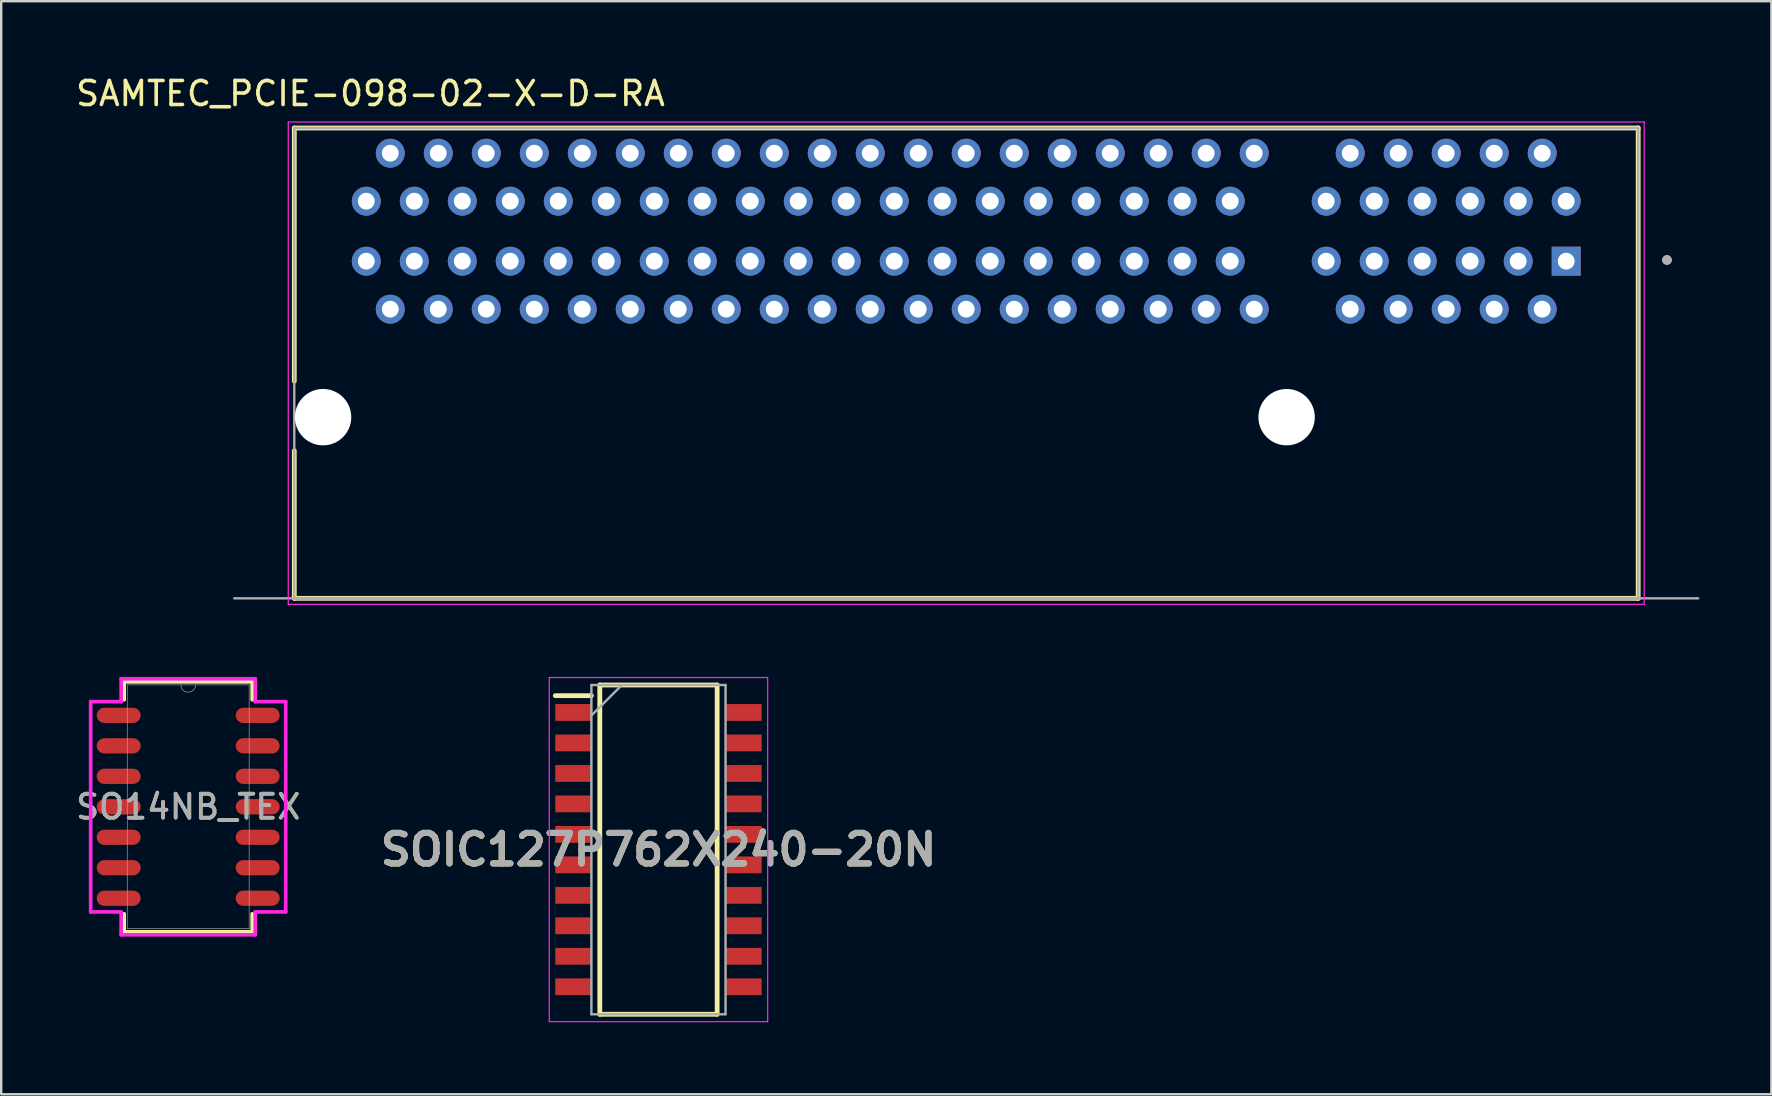
<source format=kicad_pcb>
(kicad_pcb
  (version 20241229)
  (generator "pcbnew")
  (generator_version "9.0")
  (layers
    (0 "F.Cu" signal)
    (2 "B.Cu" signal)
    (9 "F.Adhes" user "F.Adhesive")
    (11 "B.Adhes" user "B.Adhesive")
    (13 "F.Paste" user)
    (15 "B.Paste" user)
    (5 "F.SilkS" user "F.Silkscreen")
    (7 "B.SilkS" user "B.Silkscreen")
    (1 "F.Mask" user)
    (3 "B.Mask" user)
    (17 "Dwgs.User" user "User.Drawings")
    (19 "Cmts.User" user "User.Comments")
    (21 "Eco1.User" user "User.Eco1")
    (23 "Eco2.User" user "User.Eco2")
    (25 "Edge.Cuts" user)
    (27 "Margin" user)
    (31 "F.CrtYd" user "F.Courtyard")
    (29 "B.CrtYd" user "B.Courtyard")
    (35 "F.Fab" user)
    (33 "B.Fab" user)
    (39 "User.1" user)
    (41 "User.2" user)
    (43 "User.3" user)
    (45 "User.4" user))
  (footprint "SOIC127P762X240-20N"
    (layer "F.Cu")
    (at 24.388 32.353)
    (property "Reference" "SOIC127P762X240-20N" (at 0 0 0) (layer "F.SilkS") (effects (font (size 1.27 1.27) (thickness 0.254))))
    (attr smd)
    (fp_line (start -4.3 -6.415) (end -2.795 -6.415) (stroke (width 0.2) (type solid)) (layer "F.SilkS"))
    (fp_line (start -2.445 -6.86) (end 2.445 -6.86) (stroke (width 0.2) (type solid)) (layer "F.SilkS"))
    (fp_line (start -2.445 6.86) (end -2.445 -6.86) (stroke (width 0.2) (type solid)) (layer "F.SilkS"))
    (fp_line (start 2.445 -6.86) (end 2.445 6.86) (stroke (width 0.2) (type solid)) (layer "F.SilkS"))
    (fp_line (start 2.445 6.86) (end -2.445 6.86) (stroke (width 0.2) (type solid)) (layer "F.SilkS"))
    (fp_line (start -4.55 -7.17) (end 4.55 -7.17) (stroke (width 0.05) (type solid)) (layer "F.CrtYd"))
    (fp_line (start -4.55 7.17) (end -4.55 -7.17) (stroke (width 0.05) (type solid)) (layer "F.CrtYd"))
    (fp_line (start 4.55 -7.17) (end 4.55 7.17) (stroke (width 0.05) (type solid)) (layer "F.CrtYd"))
    (fp_line (start 4.55 7.17) (end -4.55 7.17) (stroke (width 0.05) (type solid)) (layer "F.CrtYd"))
    (fp_line (start -2.795 -6.86) (end 2.795 -6.86) (stroke (width 0.1) (type solid)) (layer "F.Fab"))
    (fp_line (start -2.795 -5.59) (end -1.525 -6.86) (stroke (width 0.1) (type solid)) (layer "F.Fab"))
    (fp_line (start -2.795 6.86) (end -2.795 -6.86) (stroke (width 0.1) (type solid)) (layer "F.Fab"))
    (fp_line (start 2.795 -6.86) (end 2.795 6.86) (stroke (width 0.1) (type solid)) (layer "F.Fab"))
    (fp_line (start 2.795 6.86) (end -2.795 6.86) (stroke (width 0.1) (type solid)) (layer "F.Fab"))
    (fp_text user "${REFERENCE}" (at 0 0 0) (layer "F.Fab") (effects (font (size 1.27 1.27) (thickness 0.254))))
    (pad "1" smd rect (at -3.548 -5.715 90) (size 0.7 1.505) (layers "F.Cu" "F.Mask" "F.Paste"))
    (pad "2" smd rect (at -3.548 -4.445 90) (size 0.7 1.505) (layers "F.Cu" "F.Mask" "F.Paste"))
    (pad "3" smd rect (at -3.548 -3.175 90) (size 0.7 1.505) (layers "F.Cu" "F.Mask" "F.Paste"))
    (pad "4" smd rect (at -3.548 -1.905 90) (size 0.7 1.505) (layers "F.Cu" "F.Mask" "F.Paste"))
    (pad "5" smd rect (at -3.548 -0.635 90) (size 0.7 1.505) (layers "F.Cu" "F.Mask" "F.Paste"))
    (pad "6" smd rect (at -3.548 0.635 90) (size 0.7 1.505) (layers "F.Cu" "F.Mask" "F.Paste"))
    (pad "7" smd rect (at -3.548 1.905 90) (size 0.7 1.505) (layers "F.Cu" "F.Mask" "F.Paste"))
    (pad "8" smd rect (at -3.548 3.175 90) (size 0.7 1.505) (layers "F.Cu" "F.Mask" "F.Paste"))
    (pad "9" smd rect (at -3.548 4.445 90) (size 0.7 1.505) (layers "F.Cu" "F.Mask" "F.Paste"))
    (pad "10" smd rect (at -3.548 5.715 90) (size 0.7 1.505) (layers "F.Cu" "F.Mask" "F.Paste"))
    (pad "11" smd rect (at 3.548 5.715 90) (size 0.7 1.505) (layers "F.Cu" "F.Mask" "F.Paste"))
    (pad "12" smd rect (at 3.548 4.445 90) (size 0.7 1.505) (layers "F.Cu" "F.Mask" "F.Paste"))
    (pad "13" smd rect (at 3.548 3.175 90) (size 0.7 1.505) (layers "F.Cu" "F.Mask" "F.Paste"))
    (pad "14" smd rect (at 3.548 1.905 90) (size 0.7 1.505) (layers "F.Cu" "F.Mask" "F.Paste"))
    (pad "15" smd rect (at 3.548 0.635 90) (size 0.7 1.505) (layers "F.Cu" "F.Mask" "F.Paste"))
    (pad "16" smd rect (at 3.548 -0.635 90) (size 0.7 1.505) (layers "F.Cu" "F.Mask" "F.Paste"))
    (pad "17" smd rect (at 3.548 -1.905 90) (size 0.7 1.505) (layers "F.Cu" "F.Mask" "F.Paste"))
    (pad "18" smd rect (at 3.548 -3.175 90) (size 0.7 1.505) (layers "F.Cu" "F.Mask" "F.Paste"))
    (pad "19" smd rect (at 3.548 -4.445 90) (size 0.7 1.505) (layers "F.Cu" "F.Mask" "F.Paste"))
    (pad "20" smd rect (at 3.548 -5.715 90) (size 0.7 1.505) (layers "F.Cu" "F.Mask" "F.Paste")))
  (footprint "SO14NB_TEX"
    (layer "F.Cu")
    (at 4.792 30.568)
    (property "Reference" "SO14NB_TEX" (at 0 0 0) (unlocked yes) (layer "F.SilkS") (effects (font (size 1 1) (thickness 0.15))))
    (attr smd)
    (fp_line (start -2.667 -5.207) (end -2.667 -4.46) (stroke (width 0.152) (type solid)) (layer "F.SilkS"))
    (fp_line (start -2.667 4.46) (end -2.667 5.207) (stroke (width 0.152) (type solid)) (layer "F.SilkS"))
    (fp_line (start -2.667 5.207) (end 2.667 5.207) (stroke (width 0.152) (type solid)) (layer "F.SilkS"))
    (fp_line (start 2.667 -5.207) (end -2.667 -5.207) (stroke (width 0.152) (type solid)) (layer "F.SilkS"))
    (fp_line (start 2.667 -4.46) (end 2.667 -5.207) (stroke (width 0.152) (type solid)) (layer "F.SilkS"))
    (fp_line (start 2.667 5.207) (end 2.667 4.46) (stroke (width 0.152) (type solid)) (layer "F.SilkS"))
    (fp_line (start -4.064 -4.381) (end -2.794 -4.381) (stroke (width 0.152) (type solid)) (layer "F.CrtYd"))
    (fp_line (start -4.064 4.381) (end -4.064 -4.381) (stroke (width 0.152) (type solid)) (layer "F.CrtYd"))
    (fp_line (start -4.064 4.381) (end -2.794 4.381) (stroke (width 0.152) (type solid)) (layer "F.CrtYd"))
    (fp_line (start -2.794 -5.334) (end 2.794 -5.334) (stroke (width 0.152) (type solid)) (layer "F.CrtYd"))
    (fp_line (start -2.794 -4.381) (end -2.794 -5.334) (stroke (width 0.152) (type solid)) (layer "F.CrtYd"))
    (fp_line (start -2.794 5.334) (end -2.794 4.381) (stroke (width 0.152) (type solid)) (layer "F.CrtYd"))
    (fp_line (start 2.794 -5.334) (end 2.794 -4.381) (stroke (width 0.152) (type solid)) (layer "F.CrtYd"))
    (fp_line (start 2.794 4.381) (end 2.794 5.334) (stroke (width 0.152) (type solid)) (layer "F.CrtYd"))
    (fp_line (start 2.794 5.334) (end -2.794 5.334) (stroke (width 0.152) (type solid)) (layer "F.CrtYd"))
    (fp_line (start 4.064 -4.381) (end 2.794 -4.381) (stroke (width 0.152) (type solid)) (layer "F.CrtYd"))
    (fp_line (start 4.064 -4.381) (end 4.064 4.381) (stroke (width 0.152) (type solid)) (layer "F.CrtYd"))
    (fp_line (start 4.064 4.381) (end 2.794 4.381) (stroke (width 0.152) (type solid)) (layer "F.CrtYd"))
    (fp_line (start -2.54 -5.08) (end -2.54 5.08) (stroke (width 0.025) (type solid)) (layer "F.Fab"))
    (fp_line (start -2.54 5.08) (end 2.54 5.08) (stroke (width 0.025) (type solid)) (layer "F.Fab"))
    (fp_line (start 2.54 -5.08) (end -2.54 -5.08) (stroke (width 0.025) (type solid)) (layer "F.Fab"))
    (fp_line (start 2.54 5.08) (end 2.54 -5.08) (stroke (width 0.025) (type solid)) (layer "F.Fab"))
    (fp_arc (start 0.3048 -5.08) (mid 0 -4.7752) (end -0.3048 -5.08) (stroke (width 0.0254) (type solid)) (layer "F.Fab"))
    (fp_text user "${REFERENCE}" (at 0 0 0) (unlocked yes) (layer "F.Fab") (effects (font (size 1 1) (thickness 0.15))))
    (pad "1" smd oval (at -2.896 -3.81) (size 1.829 0.635) (layers "F.Cu" "F.Mask" "F.Paste"))
    (pad "2" smd oval (at -2.896 -2.54) (size 1.829 0.635) (layers "F.Cu" "F.Mask" "F.Paste"))
    (pad "3" smd oval (at -2.896 -1.27) (size 1.829 0.635) (layers "F.Cu" "F.Mask" "F.Paste"))
    (pad "4" smd oval (at -2.896 0) (size 1.829 0.635) (layers "F.Cu" "F.Mask" "F.Paste"))
    (pad "5" smd oval (at -2.896 1.27) (size 1.829 0.635) (layers "F.Cu" "F.Mask" "F.Paste"))
    (pad "6" smd oval (at -2.896 2.54) (size 1.829 0.635) (layers "F.Cu" "F.Mask" "F.Paste"))
    (pad "7" smd oval (at -2.896 3.81) (size 1.829 0.635) (layers "F.Cu" "F.Mask" "F.Paste"))
    (pad "8" smd oval (at 2.896 3.81) (size 1.829 0.635) (layers "F.Cu" "F.Mask" "F.Paste"))
    (pad "9" smd oval (at 2.896 2.54) (size 1.829 0.635) (layers "F.Cu" "F.Mask" "F.Paste"))
    (pad "10" smd oval (at 2.896 1.27) (size 1.829 0.635) (layers "F.Cu" "F.Mask" "F.Paste"))
    (pad "11" smd oval (at 2.896 0) (size 1.829 0.635) (layers "F.Cu" "F.Mask" "F.Paste"))
    (pad "12" smd oval (at 2.896 -1.27) (size 1.829 0.635) (layers "F.Cu" "F.Mask" "F.Paste"))
    (pad "13" smd oval (at 2.896 -2.54) (size 1.829 0.635) (layers "F.Cu" "F.Mask" "F.Paste"))
    (pad "14" smd oval (at 2.896 -3.81) (size 1.829 0.635) (layers "F.Cu" "F.Mask" "F.Paste")))
  (footprint "SAMTEC_PCIE-098-02-X-D-RA"
    (layer "F.Cu")
    (at 37.212 12.083)
    (property "Reference" "SAMTEC_PCIE-098-02-X-D-RA" (at -24.825 -11.235 0) (layer "F.SilkS") (effects (font (size 1 1) (thickness 0.15))))
    (attr through_hole)
    (fp_line (start -28 -9.8) (end 28 -9.8) (stroke (width 0.2) (type solid)) (layer "F.SilkS"))
    (fp_line (start -28 0.75) (end -28 -9.8) (stroke (width 0.2) (type solid)) (layer "F.SilkS"))
    (fp_line (start -28 9.8) (end -28 3.65) (stroke (width 0.2) (type solid)) (layer "F.SilkS"))
    (fp_line (start 28 -9.8) (end 28 9.8) (stroke (width 0.2) (type solid)) (layer "F.SilkS"))
    (fp_line (start 28 9.8) (end -28 9.8) (stroke (width 0.2) (type solid)) (layer "F.SilkS"))
    (fp_circle (center 29.2 -4.3) (end 29.3 -4.3) (stroke (width 0.2) (type solid)) (fill no) (layer "F.SilkS"))
    (fp_line (start -28.25 -10.05) (end 28.25 -10.05) (stroke (width 0.05) (type solid)) (layer "F.CrtYd"))
    (fp_line (start -28.25 10.05) (end -28.25 -10.05) (stroke (width 0.05) (type solid)) (layer "F.CrtYd"))
    (fp_line (start 28.25 -10.05) (end 28.25 10.05) (stroke (width 0.05) (type solid)) (layer "F.CrtYd"))
    (fp_line (start 28.25 10.05) (end -28.25 10.05) (stroke (width 0.05) (type solid)) (layer "F.CrtYd"))
    (fp_line (start -30.5 9.8) (end 30.5 9.8) (stroke (width 0.1) (type solid)) (layer "F.Fab"))
    (fp_line (start -28 -9.8) (end 28 -9.8) (stroke (width 0.1) (type solid)) (layer "F.Fab"))
    (fp_line (start -28 9.8) (end -28 -9.8) (stroke (width 0.1) (type solid)) (layer "F.Fab"))
    (fp_line (start 28 -9.8) (end 28 9.8) (stroke (width 0.1) (type solid)) (layer "F.Fab"))
    (fp_line (start 28 9.8) (end -28 9.8) (stroke (width 0.127) (type solid)) (layer "F.Fab"))
    (fp_circle (center 29.2 -4.3) (end 29.3 -4.3) (stroke (width 0.2) (type solid)) (fill no) (layer "F.Fab"))
    (pad "" np_thru_hole circle (at -26.8 2.25) (size 2.35 2.35) (drill 2.35) (layers "*.Cu" "*.Mask"))
    (pad "" np_thru_hole circle (at 13.35 2.25) (size 2.35 2.35) (drill 2.35) (layers "*.Cu" "*.Mask"))
    (pad "A01" thru_hole rect (at 25 -4.25) (size 1.208 1.208) (drill 0.7) (layers "*.Cu" "*.Mask"))
    (pad "A02" thru_hole circle (at 24 -2.25) (size 1.208 1.208) (drill 0.7) (layers "*.Cu" "*.Mask"))
    (pad "A03" thru_hole circle (at 23 -4.25) (size 1.208 1.208) (drill 0.7) (layers "*.Cu" "*.Mask"))
    (pad "A04" thru_hole circle (at 22 -2.25) (size 1.208 1.208) (drill 0.7) (layers "*.Cu" "*.Mask"))
    (pad "A05" thru_hole circle (at 21 -4.25) (size 1.208 1.208) (drill 0.7) (layers "*.Cu" "*.Mask"))
    (pad "A06" thru_hole circle (at 20 -2.25) (size 1.208 1.208) (drill 0.7) (layers "*.Cu" "*.Mask"))
    (pad "A07" thru_hole circle (at 19 -4.25) (size 1.208 1.208) (drill 0.7) (layers "*.Cu" "*.Mask"))
    (pad "A08" thru_hole circle (at 18 -2.25) (size 1.208 1.208) (drill 0.7) (layers "*.Cu" "*.Mask"))
    (pad "A09" thru_hole circle (at 17 -4.25) (size 1.208 1.208) (drill 0.7) (layers "*.Cu" "*.Mask"))
    (pad "A10" thru_hole circle (at 16 -2.25) (size 1.208 1.208) (drill 0.7) (layers "*.Cu" "*.Mask"))
    (pad "A11" thru_hole circle (at 15 -4.25) (size 1.208 1.208) (drill 0.7) (layers "*.Cu" "*.Mask"))
    (pad "A12" thru_hole circle (at 12 -2.25) (size 1.208 1.208) (drill 0.7) (layers "*.Cu" "*.Mask"))
    (pad "A13" thru_hole circle (at 11 -4.25) (size 1.208 1.208) (drill 0.7) (layers "*.Cu" "*.Mask"))
    (pad "A14" thru_hole circle (at 10 -2.25) (size 1.208 1.208) (drill 0.7) (layers "*.Cu" "*.Mask"))
    (pad "A15" thru_hole circle (at 9 -4.25) (size 1.208 1.208) (drill 0.7) (layers "*.Cu" "*.Mask"))
    (pad "A16" thru_hole circle (at 8 -2.25) (size 1.208 1.208) (drill 0.7) (layers "*.Cu" "*.Mask"))
    (pad "A17" thru_hole circle (at 7 -4.25) (size 1.208 1.208) (drill 0.7) (layers "*.Cu" "*.Mask"))
    (pad "A18" thru_hole circle (at 6 -2.25) (size 1.208 1.208) (drill 0.7) (layers "*.Cu" "*.Mask"))
    (pad "A19" thru_hole circle (at 5 -4.25) (size 1.208 1.208) (drill 0.7) (layers "*.Cu" "*.Mask"))
    (pad "A20" thru_hole circle (at 4 -2.25) (size 1.208 1.208) (drill 0.7) (layers "*.Cu" "*.Mask"))
    (pad "A21" thru_hole circle (at 3 -4.25) (size 1.208 1.208) (drill 0.7) (layers "*.Cu" "*.Mask"))
    (pad "A22" thru_hole circle (at 2 -2.25) (size 1.208 1.208) (drill 0.7) (layers "*.Cu" "*.Mask"))
    (pad "A23" thru_hole circle (at 1 -4.25) (size 1.208 1.208) (drill 0.7) (layers "*.Cu" "*.Mask"))
    (pad "A24" thru_hole circle (at 0 -2.25) (size 1.208 1.208) (drill 0.7) (layers "*.Cu" "*.Mask"))
    (pad "A25" thru_hole circle (at -1 -4.25) (size 1.208 1.208) (drill 0.7) (layers "*.Cu" "*.Mask"))
    (pad "A26" thru_hole circle (at -2 -2.25) (size 1.208 1.208) (drill 0.7) (layers "*.Cu" "*.Mask"))
    (pad "A27" thru_hole circle (at -3 -4.25) (size 1.208 1.208) (drill 0.7) (layers "*.Cu" "*.Mask"))
    (pad "A28" thru_hole circle (at -4 -2.25) (size 1.208 1.208) (drill 0.7) (layers "*.Cu" "*.Mask"))
    (pad "A29" thru_hole circle (at -5 -4.25) (size 1.208 1.208) (drill 0.7) (layers "*.Cu" "*.Mask"))
    (pad "A30" thru_hole circle (at -6 -2.25) (size 1.208 1.208) (drill 0.7) (layers "*.Cu" "*.Mask"))
    (pad "A31" thru_hole circle (at -7 -4.25) (size 1.208 1.208) (drill 0.7) (layers "*.Cu" "*.Mask"))
    (pad "A32" thru_hole circle (at -8 -2.25) (size 1.208 1.208) (drill 0.7) (layers "*.Cu" "*.Mask"))
    (pad "A33" thru_hole circle (at -9 -4.25) (size 1.208 1.208) (drill 0.7) (layers "*.Cu" "*.Mask"))
    (pad "A34" thru_hole circle (at -10 -2.25) (size 1.208 1.208) (drill 0.7) (layers "*.Cu" "*.Mask"))
    (pad "A35" thru_hole circle (at -11 -4.25) (size 1.208 1.208) (drill 0.7) (layers "*.Cu" "*.Mask"))
    (pad "A36" thru_hole circle (at -12 -2.25) (size 1.208 1.208) (drill 0.7) (layers "*.Cu" "*.Mask"))
    (pad "A37" thru_hole circle (at -13 -4.25) (size 1.208 1.208) (drill 0.7) (layers "*.Cu" "*.Mask"))
    (pad "A38" thru_hole circle (at -14 -2.25) (size 1.208 1.208) (drill 0.7) (layers "*.Cu" "*.Mask"))
    (pad "A39" thru_hole circle (at -15 -4.25) (size 1.208 1.208) (drill 0.7) (layers "*.Cu" "*.Mask"))
    (pad "A40" thru_hole circle (at -16 -2.25) (size 1.208 1.208) (drill 0.7) (layers "*.Cu" "*.Mask"))
    (pad "A41" thru_hole circle (at -17 -4.25) (size 1.208 1.208) (drill 0.7) (layers "*.Cu" "*.Mask"))
    (pad "A42" thru_hole circle (at -18 -2.25) (size 1.208 1.208) (drill 0.7) (layers "*.Cu" "*.Mask"))
    (pad "A43" thru_hole circle (at -19 -4.25) (size 1.208 1.208) (drill 0.7) (layers "*.Cu" "*.Mask"))
    (pad "A44" thru_hole circle (at -20 -2.25) (size 1.208 1.208) (drill 0.7) (layers "*.Cu" "*.Mask"))
    (pad "A45" thru_hole circle (at -21 -4.25) (size 1.208 1.208) (drill 0.7) (layers "*.Cu" "*.Mask"))
    (pad "A46" thru_hole circle (at -22 -2.25) (size 1.208 1.208) (drill 0.7) (layers "*.Cu" "*.Mask"))
    (pad "A47" thru_hole circle (at -23 -4.25) (size 1.208 1.208) (drill 0.7) (layers "*.Cu" "*.Mask"))
    (pad "A48" thru_hole circle (at -24 -2.25) (size 1.208 1.208) (drill 0.7) (layers "*.Cu" "*.Mask"))
    (pad "A49" thru_hole circle (at -25 -4.25) (size 1.208 1.208) (drill 0.7) (layers "*.Cu" "*.Mask"))
    (pad "B01" thru_hole circle (at 25 -6.75) (size 1.208 1.208) (drill 0.7) (layers "*.Cu" "*.Mask"))
    (pad "B02" thru_hole circle (at 24 -8.75) (size 1.208 1.208) (drill 0.7) (layers "*.Cu" "*.Mask"))
    (pad "B03" thru_hole circle (at 23 -6.75) (size 1.208 1.208) (drill 0.7) (layers "*.Cu" "*.Mask"))
    (pad "B04" thru_hole circle (at 22 -8.75) (size 1.208 1.208) (drill 0.7) (layers "*.Cu" "*.Mask"))
    (pad "B05" thru_hole circle (at 21 -6.75) (size 1.208 1.208) (drill 0.7) (layers "*.Cu" "*.Mask"))
    (pad "B06" thru_hole circle (at 20 -8.75) (size 1.208 1.208) (drill 0.7) (layers "*.Cu" "*.Mask"))
    (pad "B07" thru_hole circle (at 19 -6.75) (size 1.208 1.208) (drill 0.7) (layers "*.Cu" "*.Mask"))
    (pad "B08" thru_hole circle (at 18 -8.75) (size 1.208 1.208) (drill 0.7) (layers "*.Cu" "*.Mask"))
    (pad "B09" thru_hole circle (at 17 -6.75) (size 1.208 1.208) (drill 0.7) (layers "*.Cu" "*.Mask"))
    (pad "B10" thru_hole circle (at 16 -8.75) (size 1.208 1.208) (drill 0.7) (layers "*.Cu" "*.Mask"))
    (pad "B11" thru_hole circle (at 15 -6.75) (size 1.208 1.208) (drill 0.7) (layers "*.Cu" "*.Mask"))
    (pad "B12" thru_hole circle (at 12 -8.75) (size 1.208 1.208) (drill 0.7) (layers "*.Cu" "*.Mask"))
    (pad "B13" thru_hole circle (at 11 -6.75) (size 1.208 1.208) (drill 0.7) (layers "*.Cu" "*.Mask"))
    (pad "B14" thru_hole circle (at 10 -8.75) (size 1.208 1.208) (drill 0.7) (layers "*.Cu" "*.Mask"))
    (pad "B15" thru_hole circle (at 9 -6.75) (size 1.208 1.208) (drill 0.7) (layers "*.Cu" "*.Mask"))
    (pad "B16" thru_hole circle (at 8 -8.75) (size 1.208 1.208) (drill 0.7) (layers "*.Cu" "*.Mask"))
    (pad "B17" thru_hole circle (at 7 -6.75) (size 1.208 1.208) (drill 0.7) (layers "*.Cu" "*.Mask"))
    (pad "B18" thru_hole circle (at 6 -8.75) (size 1.208 1.208) (drill 0.7) (layers "*.Cu" "*.Mask"))
    (pad "B19" thru_hole circle (at 5 -6.75) (size 1.208 1.208) (drill 0.7) (layers "*.Cu" "*.Mask"))
    (pad "B20" thru_hole circle (at 4 -8.75) (size 1.208 1.208) (drill 0.7) (layers "*.Cu" "*.Mask"))
    (pad "B21" thru_hole circle (at 3 -6.75) (size 1.208 1.208) (drill 0.7) (layers "*.Cu" "*.Mask"))
    (pad "B22" thru_hole circle (at 2 -8.75) (size 1.208 1.208) (drill 0.7) (layers "*.Cu" "*.Mask"))
    (pad "B23" thru_hole circle (at 1 -6.75) (size 1.208 1.208) (drill 0.7) (layers "*.Cu" "*.Mask"))
    (pad "B24" thru_hole circle (at 0 -8.75) (size 1.208 1.208) (drill 0.7) (layers "*.Cu" "*.Mask"))
    (pad "B25" thru_hole circle (at -1 -6.75) (size 1.208 1.208) (drill 0.7) (layers "*.Cu" "*.Mask"))
    (pad "B26" thru_hole circle (at -2 -8.75) (size 1.208 1.208) (drill 0.7) (layers "*.Cu" "*.Mask"))
    (pad "B27" thru_hole circle (at -3 -6.75) (size 1.208 1.208) (drill 0.7) (layers "*.Cu" "*.Mask"))
    (pad "B28" thru_hole circle (at -4 -8.75) (size 1.208 1.208) (drill 0.7) (layers "*.Cu" "*.Mask"))
    (pad "B29" thru_hole circle (at -5 -6.75) (size 1.208 1.208) (drill 0.7) (layers "*.Cu" "*.Mask"))
    (pad "B30" thru_hole circle (at -6 -8.75) (size 1.208 1.208) (drill 0.7) (layers "*.Cu" "*.Mask"))
    (pad "B31" thru_hole circle (at -7 -6.75) (size 1.208 1.208) (drill 0.7) (layers "*.Cu" "*.Mask"))
    (pad "B32" thru_hole circle (at -8 -8.75) (size 1.208 1.208) (drill 0.7) (layers "*.Cu" "*.Mask"))
    (pad "B33" thru_hole circle (at -9 -6.75) (size 1.208 1.208) (drill 0.7) (layers "*.Cu" "*.Mask"))
    (pad "B34" thru_hole circle (at -10 -8.75) (size 1.208 1.208) (drill 0.7) (layers "*.Cu" "*.Mask"))
    (pad "B35" thru_hole circle (at -11 -6.75) (size 1.208 1.208) (drill 0.7) (layers "*.Cu" "*.Mask"))
    (pad "B36" thru_hole circle (at -12 -8.75) (size 1.208 1.208) (drill 0.7) (layers "*.Cu" "*.Mask"))
    (pad "B37" thru_hole circle (at -13 -6.75) (size 1.208 1.208) (drill 0.7) (layers "*.Cu" "*.Mask"))
    (pad "B38" thru_hole circle (at -14 -8.75) (size 1.208 1.208) (drill 0.7) (layers "*.Cu" "*.Mask"))
    (pad "B39" thru_hole circle (at -15 -6.75) (size 1.208 1.208) (drill 0.7) (layers "*.Cu" "*.Mask"))
    (pad "B40" thru_hole circle (at -16 -8.75) (size 1.208 1.208) (drill 0.7) (layers "*.Cu" "*.Mask"))
    (pad "B41" thru_hole circle (at -17 -6.75) (size 1.208 1.208) (drill 0.7) (layers "*.Cu" "*.Mask"))
    (pad "B42" thru_hole circle (at -18 -8.75) (size 1.208 1.208) (drill 0.7) (layers "*.Cu" "*.Mask"))
    (pad "B43" thru_hole circle (at -19 -6.75) (size 1.208 1.208) (drill 0.7) (layers "*.Cu" "*.Mask"))
    (pad "B44" thru_hole circle (at -20 -8.75) (size 1.208 1.208) (drill 0.7) (layers "*.Cu" "*.Mask"))
    (pad "B45" thru_hole circle (at -21 -6.75) (size 1.208 1.208) (drill 0.7) (layers "*.Cu" "*.Mask"))
    (pad "B46" thru_hole circle (at -22 -8.75) (size 1.208 1.208) (drill 0.7) (layers "*.Cu" "*.Mask"))
    (pad "B47" thru_hole circle (at -23 -6.75) (size 1.208 1.208) (drill 0.7) (layers "*.Cu" "*.Mask"))
    (pad "B48" thru_hole circle (at -24 -8.75) (size 1.208 1.208) (drill 0.7) (layers "*.Cu" "*.Mask"))
    (pad "B49" thru_hole circle (at -25 -6.75) (size 1.208 1.208) (drill 0.7) (layers "*.Cu" "*.Mask")))
  (gr_rect
    (start -3 -3)
    (end 70.762 42.548)
    (stroke (width 0.1) (type default))
    (fill no)
    (layer "Edge.Cuts")))
</source>
